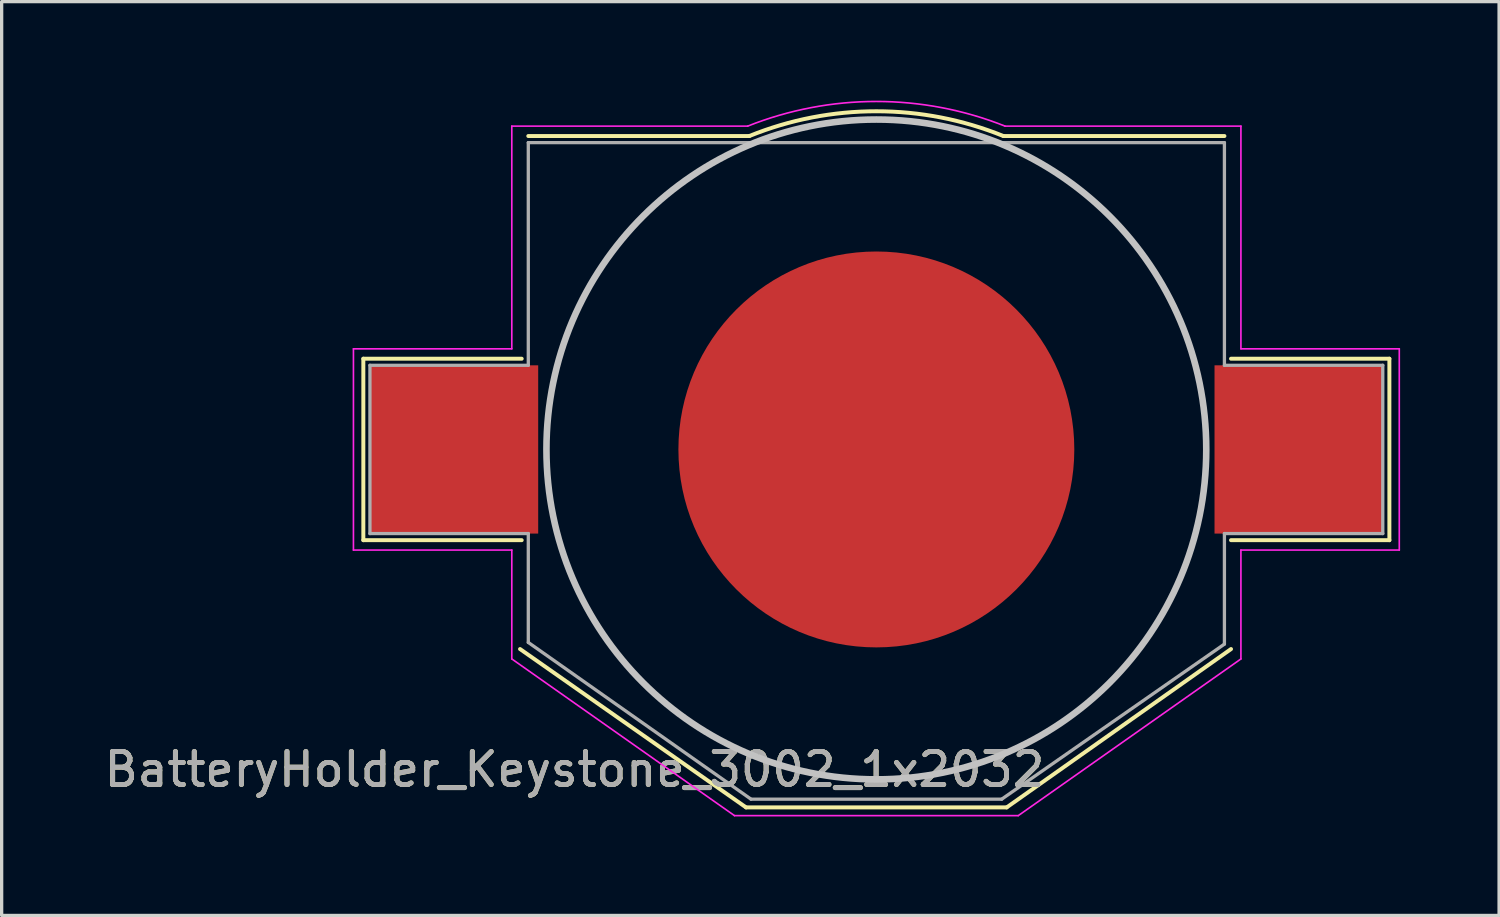
<source format=kicad_pcb>
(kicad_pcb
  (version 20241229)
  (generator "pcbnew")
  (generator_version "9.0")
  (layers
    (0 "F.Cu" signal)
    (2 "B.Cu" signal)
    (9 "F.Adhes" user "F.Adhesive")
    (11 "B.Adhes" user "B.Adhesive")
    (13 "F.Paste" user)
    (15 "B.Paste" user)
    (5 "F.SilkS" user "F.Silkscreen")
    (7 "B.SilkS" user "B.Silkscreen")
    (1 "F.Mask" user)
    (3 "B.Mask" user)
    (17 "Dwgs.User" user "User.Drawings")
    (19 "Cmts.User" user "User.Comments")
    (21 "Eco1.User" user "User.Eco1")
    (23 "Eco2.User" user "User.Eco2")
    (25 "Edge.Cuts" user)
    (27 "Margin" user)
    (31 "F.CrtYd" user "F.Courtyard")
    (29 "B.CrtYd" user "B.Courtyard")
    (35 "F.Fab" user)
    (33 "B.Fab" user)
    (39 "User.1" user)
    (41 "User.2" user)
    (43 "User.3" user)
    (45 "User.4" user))
  (footprint "BatteryHolder_Keystone_3002_1x2032"
    (layer "F.Cu")
    (at 23.513 10.573)
    (property "Reference" "BatteryHolder_Keystone_3002_1x2032" (at -9.15 9.7 0) (layer "F.SilkS") (effects (font (size 1 1) (thickness 0.15))))
    (attr smd)
    (fp_line (start -15.55 -2.75) (end -15.55 2.75) (stroke (width 0.12) (type solid)) (layer "F.SilkS"))
    (fp_line (start -15.55 2.75) (end -10.75 2.75) (stroke (width 0.12) (type solid)) (layer "F.SilkS"))
    (fp_line (start -10.8 6.05) (end -3.95 10.85) (stroke (width 0.12) (type solid)) (layer "F.SilkS"))
    (fp_line (start -10.75 -2.75) (end -15.55 -2.75) (stroke (width 0.12) (type solid)) (layer "F.SilkS"))
    (fp_line (start -10.55 -9.5) (end -3.85 -9.5) (stroke (width 0.12) (type solid)) (layer "F.SilkS"))
    (fp_line (start -3.95 10.85) (end 3.95 10.85) (stroke (width 0.12) (type solid)) (layer "F.SilkS"))
    (fp_line (start 3.95 10.85) (end 10.75 6.05) (stroke (width 0.12) (type solid)) (layer "F.SilkS"))
    (fp_line (start 10.55 -9.5) (end 3.85 -9.5) (stroke (width 0.12) (type solid)) (layer "F.SilkS"))
    (fp_line (start 10.75 2.75) (end 15.55 2.75) (stroke (width 0.12) (type solid)) (layer "F.SilkS"))
    (fp_line (start 15.55 -2.75) (end 10.75 -2.75) (stroke (width 0.12) (type solid)) (layer "F.SilkS"))
    (fp_line (start 15.55 2.75) (end 15.55 -2.75) (stroke (width 0.12) (type solid)) (layer "F.SilkS"))
    (fp_arc (start -3.846385 -9.501464) (mid 0.00195 -10.250487) (end 3.85 -9.5) (stroke (width 0.12) (type solid)) (layer "F.SilkS"))
    (fp_circle (center 0 0) (end 10 0) (stroke (width 0.2) (type solid)) (fill no) (layer "Dwgs.User"))
    (fp_line (start -15.85 -3.05) (end -11.05 -3.05) (stroke (width 0.05) (type solid)) (layer "F.CrtYd"))
    (fp_line (start -15.85 3.05) (end -15.85 -3.05) (stroke (width 0.05) (type solid)) (layer "F.CrtYd"))
    (fp_line (start -11.05 -9.8) (end -3.9 -9.8) (stroke (width 0.05) (type solid)) (layer "F.CrtYd"))
    (fp_line (start -11.05 -3.05) (end -11.05 -9.8) (stroke (width 0.05) (type solid)) (layer "F.CrtYd"))
    (fp_line (start -11.05 3.05) (end -15.85 3.05) (stroke (width 0.05) (type solid)) (layer "F.CrtYd"))
    (fp_line (start -11.05 6.35) (end -11.05 3.05) (stroke (width 0.05) (type solid)) (layer "F.CrtYd"))
    (fp_line (start -4.3 11.1) (end -11.05 6.35) (stroke (width 0.05) (type solid)) (layer "F.CrtYd"))
    (fp_line (start 4.3 11.1) (end -4.3 11.1) (stroke (width 0.05) (type solid)) (layer "F.CrtYd"))
    (fp_line (start 11.05 -9.8) (end 3.9 -9.8) (stroke (width 0.05) (type solid)) (layer "F.CrtYd"))
    (fp_line (start 11.05 -9.8) (end 11.05 -3.05) (stroke (width 0.05) (type solid)) (layer "F.CrtYd"))
    (fp_line (start 11.05 -3.05) (end 15.85 -3.05) (stroke (width 0.05) (type solid)) (layer "F.CrtYd"))
    (fp_line (start 11.05 3.05) (end 11.05 6.35) (stroke (width 0.05) (type solid)) (layer "F.CrtYd"))
    (fp_line (start 11.05 6.35) (end 4.3 11.1) (stroke (width 0.05) (type solid)) (layer "F.CrtYd"))
    (fp_line (start 15.85 -3.05) (end 15.85 3.05) (stroke (width 0.05) (type solid)) (layer "F.CrtYd"))
    (fp_line (start 15.85 3.05) (end 11.05 3.05) (stroke (width 0.05) (type solid)) (layer "F.CrtYd"))
    (fp_arc (start -3.9 -9.8) (mid 0 -10.547512) (end 3.9 -9.8) (stroke (width 0.05) (type solid)) (layer "F.CrtYd"))
    (fp_line (start -15.35 -2.55) (end -15.35 2.55) (stroke (width 0.1) (type solid)) (layer "F.Fab"))
    (fp_line (start -15.35 -2.55) (end -10.55 -2.55) (stroke (width 0.1) (type solid)) (layer "F.Fab"))
    (fp_line (start -15.35 2.55) (end -10.55 2.55) (stroke (width 0.1) (type solid)) (layer "F.Fab"))
    (fp_line (start -10.55 -2.55) (end -10.55 -9.3) (stroke (width 0.1) (type solid)) (layer "F.Fab"))
    (fp_line (start -10.55 2.55) (end -10.55 5.85) (stroke (width 0.1) (type solid)) (layer "F.Fab"))
    (fp_line (start -10.55 5.85) (end -3.8 10.6) (stroke (width 0.1) (type solid)) (layer "F.Fab"))
    (fp_line (start -3.8 10.6) (end 3.8 10.6) (stroke (width 0.1) (type solid)) (layer "F.Fab"))
    (fp_line (start 10.55 -9.3) (end -10.55 -9.3) (stroke (width 0.1) (type solid)) (layer "F.Fab"))
    (fp_line (start 10.55 -2.55) (end 10.55 -9.3) (stroke (width 0.1) (type solid)) (layer "F.Fab"))
    (fp_line (start 10.55 2.55) (end 10.55 5.9) (stroke (width 0.1) (type solid)) (layer "F.Fab"))
    (fp_line (start 10.55 2.55) (end 15.35 2.55) (stroke (width 0.1) (type solid)) (layer "F.Fab"))
    (fp_line (start 10.55 5.9) (end 3.8 10.6) (stroke (width 0.1) (type solid)) (layer "F.Fab"))
    (fp_line (start 15.35 -2.55) (end 10.55 -2.55) (stroke (width 0.1) (type solid)) (layer "F.Fab"))
    (fp_line (start 15.35 2.55) (end 15.35 -2.55) (stroke (width 0.1) (type solid)) (layer "F.Fab"))
    (fp_text user "${REFERENCE}" (at -9.15 9.7 0) (layer "F.Fab") (effects (font (size 1 1) (thickness 0.15))))
    (pad "1" smd rect (at -12.8 0) (size 5.1 5.1) (layers "F.Cu" "F.Mask" "F.Paste"))
    (pad "1" smd rect (at 12.8 0) (size 5.1 5.1) (layers "F.Cu" "F.Mask" "F.Paste"))
    (pad "2" smd circle (at 0 0) (size 12 12) (layers "F.Cu" "F.Mask")))
  (gr_rect
    (start -3 -3)
    (end 42.388 24.698)
    (stroke (width 0.1) (type default))
    (fill no)
    (layer "Edge.Cuts")))
</source>
